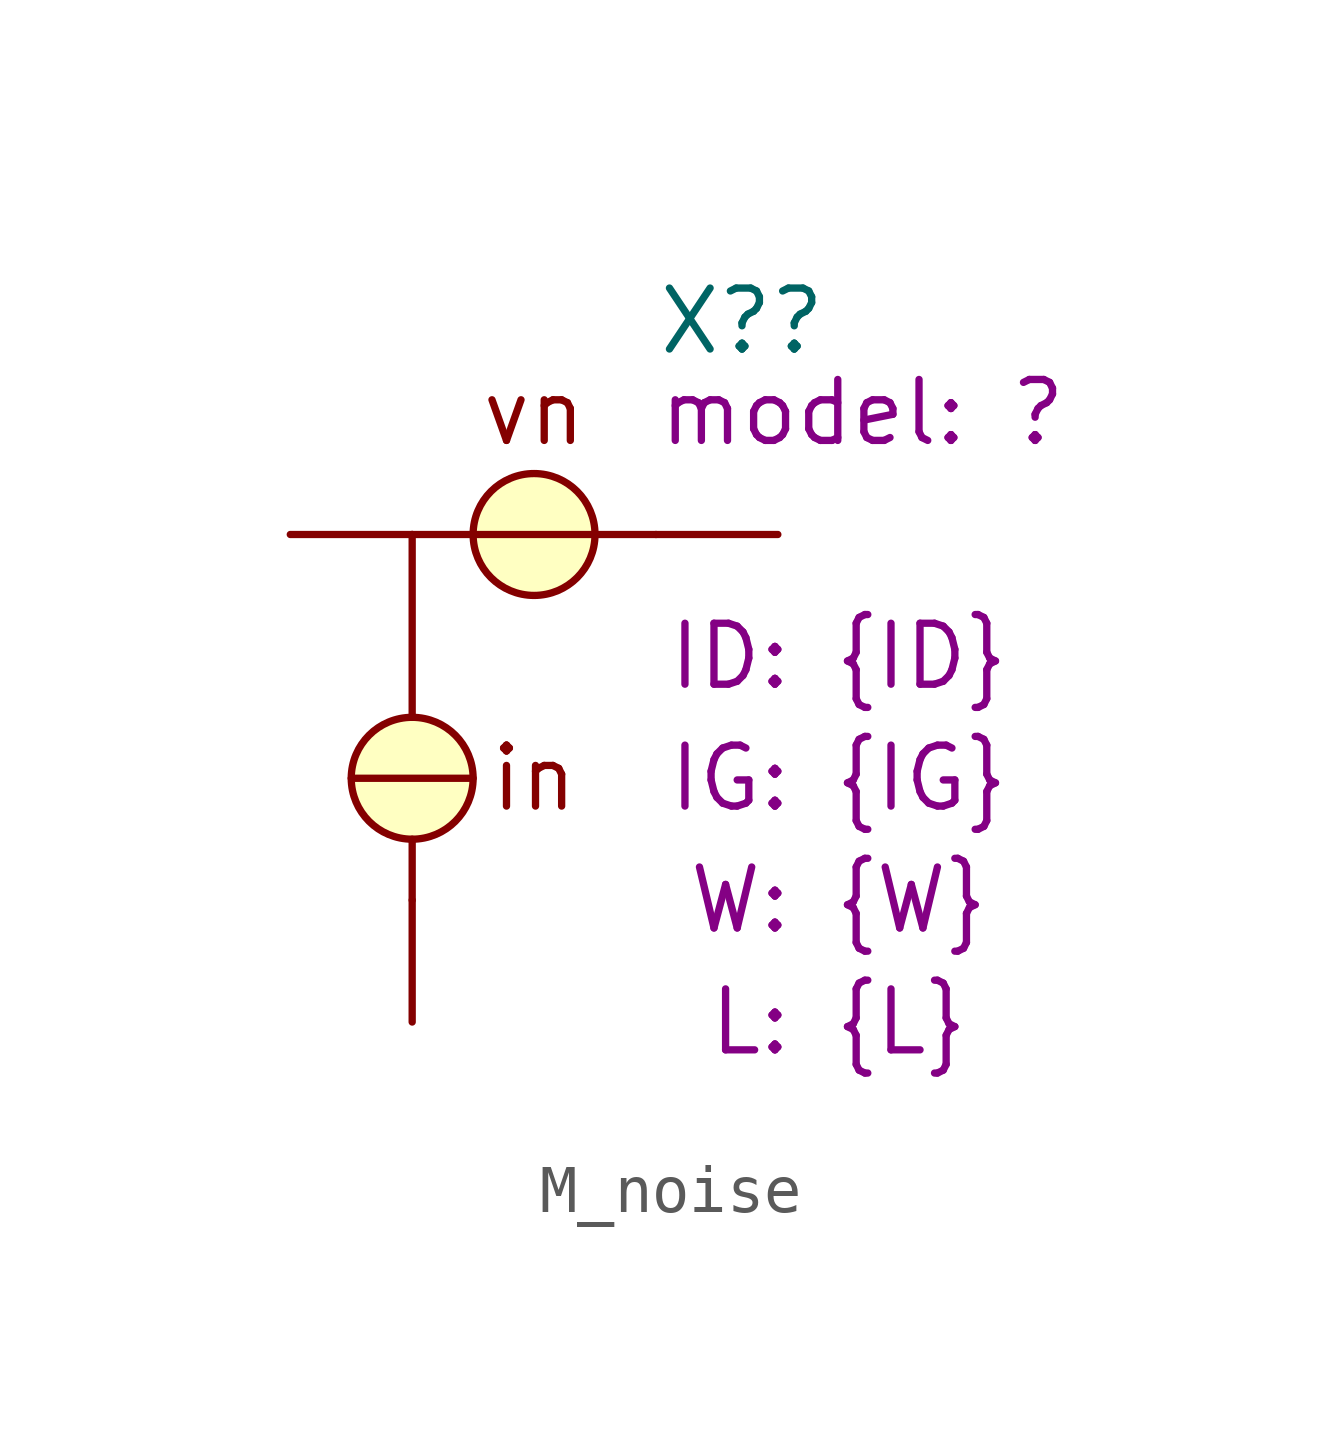
<source format=kicad_sym>
(kicad_symbol_lib
  (version 20241209)
  (generator "kicad_symbol_editor")
  (generator_version "9.0")
  (symbol "M_noise"
    (pin_numbers
      (hide yes))
    (pin_names
      (offset 0)
      (hide yes))
    (property "Reference" "X?"
      (at 2.54 9.525 0)
      (effects (font (size 1.27 1.27)) (justify left)))
    (property "Value" ""
      (at 2.54 7.62 0)
      (effects (font (size 1.27 1.27)) (justify left)))
    (property "ID" "{ID}"
      (at 6.35 2.54 0)
      (show_name)
      (effects (font (size 1.27 1.27))))
    (property "IG" "{IG}"
      (at 6.35 0 0)
      (show_name)
      (effects (font (size 1.27 1.27))))
    (property "W" "{W}"
      (at 6.35 -2.54 0)
      (show_name)
      (effects (font (size 1.27 1.27))))
    (property "L" "{L}"
      (at 6.35 -5.08 0)
      (show_name)
      (effects (font (size 1.27 1.27))))
    (property "model" "?"
      (at 2.54 7.62 0)
      (show_name)
      (effects (font (size 1.27 1.27)) (justify left)))
    (symbol "M_noise_0_0"
      (polyline (pts (xy -2.54 5.08) (xy -2.54 1.27)) (stroke (width 0) (type default)) (fill (type none)))
      (polyline (pts (xy -2.54 5.08) (xy 2.54 5.08)) (stroke (width 0) (type default)) (fill (type none)))
      (polyline (pts (xy -2.54 -1.27) (xy -2.54 -2.54)) (stroke (width 0) (type default)) (fill (type none))))
    (symbol "M_noise_0_1"
      (polyline (pts (xy -3.81 0) (xy -1.27 0)) (stroke (width 0) (type default)) (fill (type none))))
    (symbol "M_noise_1_0"
      (pin bidirectional line (at 5.08 5.08 180) (length 2.54) (name "int" (effects (font (size 1.27 1.27)))) (number "3" (effects (font (size 1.27 1.27))))))
    (symbol "M_noise_1_1"
      (circle (center -2.54 0) (radius 1.27) (stroke (width 0) (type default)) (fill (type background)))
      (circle (center 0 5.08) (radius 1.27) (stroke (width 0) (type default)) (fill (type background)))
      (text "vn" (at 0 7.62 0) (effects (font (size 1.27 1.27))))
      (text "in" (at 0 0 0) (effects (font (size 1.27 1.27))))
      (pin bidirectional line (at -5.08 5.08 0) (length 2.54) (name "ext" (effects (font (size 1.27 1.27)))) (number "1" (effects (font (size 1.27 1.27)))))
      (pin bidirectional line (at -2.54 -5.08 90) (length 2.54) (name "comm" (effects (font (size 1.27 1.27)))) (number "2" (effects (font (size 1.27 1.27))))))))
</source>
